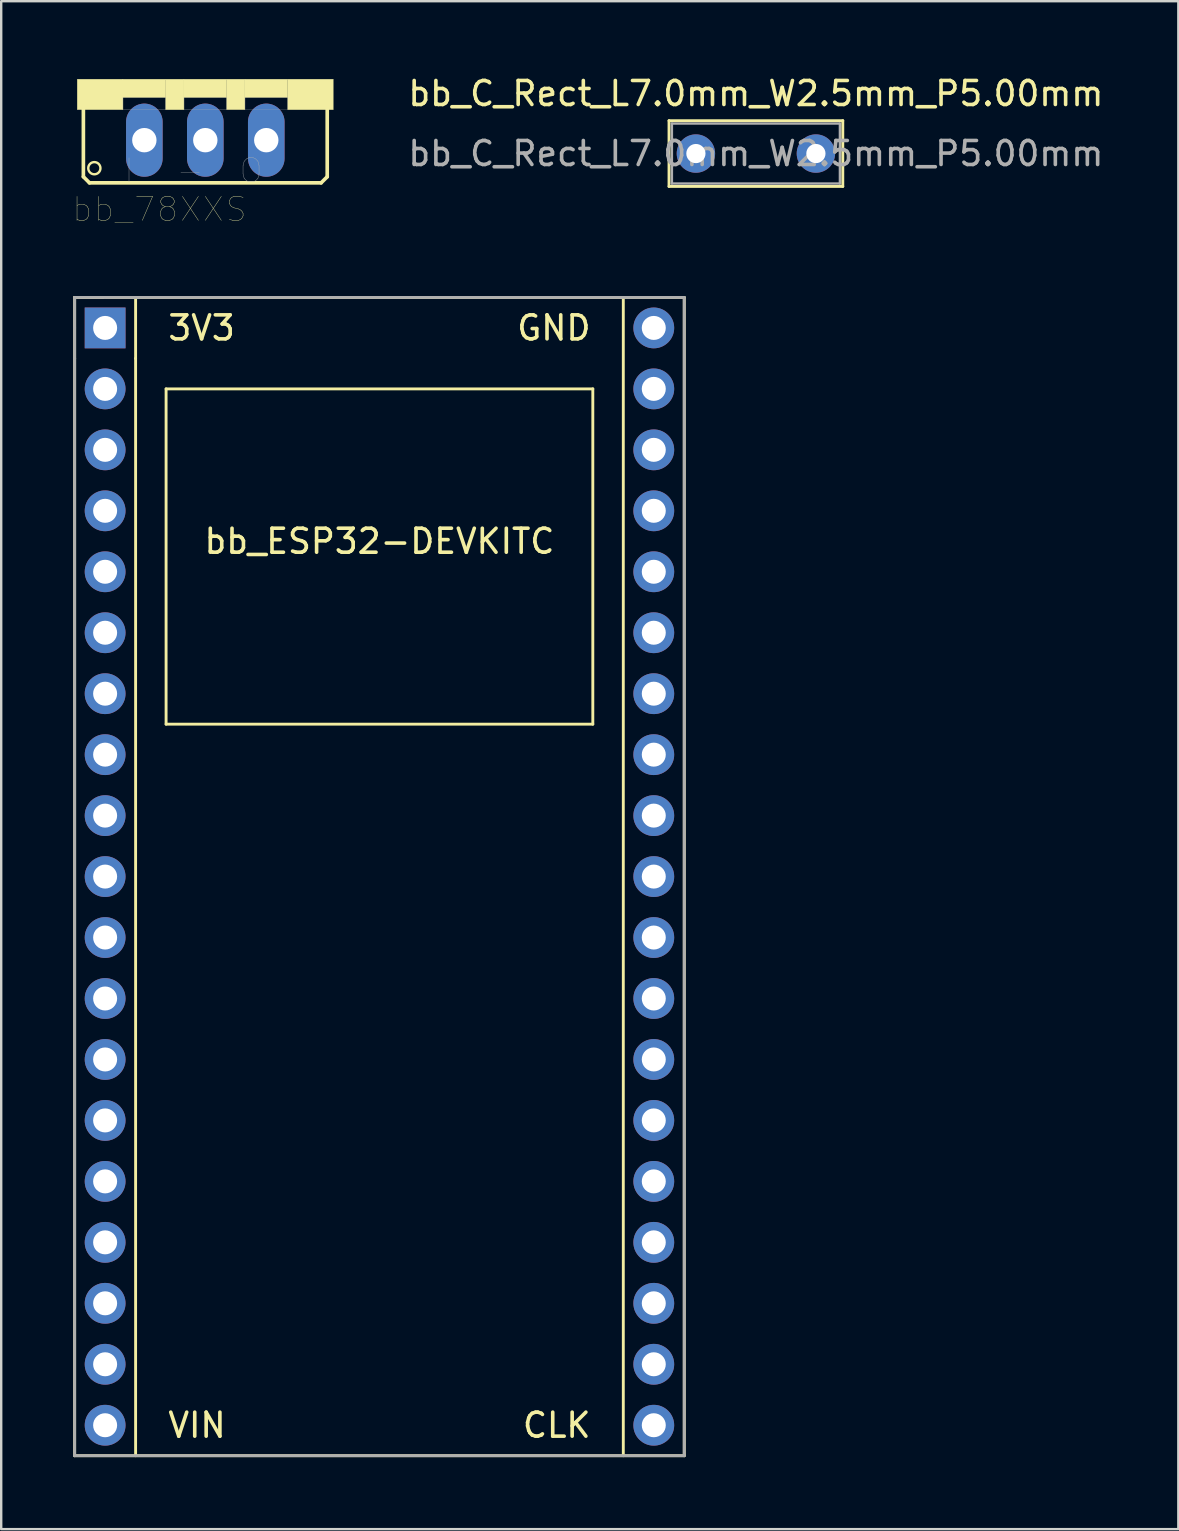
<source format=kicad_pcb>
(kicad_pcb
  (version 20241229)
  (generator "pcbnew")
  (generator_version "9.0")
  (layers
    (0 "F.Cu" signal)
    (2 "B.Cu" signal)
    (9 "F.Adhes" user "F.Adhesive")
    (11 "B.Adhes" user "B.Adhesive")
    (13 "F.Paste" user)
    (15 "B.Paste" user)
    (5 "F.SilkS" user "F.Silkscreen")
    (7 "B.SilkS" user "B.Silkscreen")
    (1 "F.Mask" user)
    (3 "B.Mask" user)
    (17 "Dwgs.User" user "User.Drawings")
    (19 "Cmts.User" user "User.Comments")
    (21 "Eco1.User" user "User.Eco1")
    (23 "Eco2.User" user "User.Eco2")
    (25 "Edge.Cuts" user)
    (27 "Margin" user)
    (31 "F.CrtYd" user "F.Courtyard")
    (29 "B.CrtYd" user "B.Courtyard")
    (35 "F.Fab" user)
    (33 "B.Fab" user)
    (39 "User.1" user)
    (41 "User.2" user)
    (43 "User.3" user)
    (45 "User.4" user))
  (footprint "bb_78XXS"
    (layer "F.Cu")
    (at 5.504 0.25)
    (property "Reference" "bb_78XXS" (at -1.909 5.42 0) (layer "F.SilkS") (effects (font (size 1.002 1.002) (thickness 0.015))))
    (attr through_hole)
    (fp_line (start -5.08 4.064) (end -5.08 1.143) (stroke (width 0.152) (type solid)) (layer "F.SilkS"))
    (fp_line (start -5.08 4.064) (end -4.826 4.318) (stroke (width 0.152) (type solid)) (layer "F.SilkS"))
    (fp_line (start 4.826 4.318) (end -4.826 4.318) (stroke (width 0.152) (type solid)) (layer "F.SilkS"))
    (fp_line (start 4.826 4.318) (end 5.08 4.064) (stroke (width 0.152) (type solid)) (layer "F.SilkS"))
    (fp_line (start 5.08 1.143) (end 5.08 4.064) (stroke (width 0.152) (type solid)) (layer "F.SilkS"))
    (fp_circle (center -4.623 3.708) (end -4.369 3.708) (stroke (width 0.1) (type solid)) (fill no) (layer "F.SilkS"))
    (fp_poly (pts (xy -5.336 0) (xy -3.429 0) (xy -3.429 1.27) (xy -5.336 1.27)) (stroke (width 0.01) (type solid)) (fill yes) (layer "F.SilkS"))
    (fp_poly (pts (xy -3.434 0) (xy -1.651 0) (xy -1.651 0.763) (xy -3.434 0.763)) (stroke (width 0.01) (type solid)) (fill yes) (layer "F.SilkS"))
    (fp_poly (pts (xy -1.654 0) (xy -0.889 0) (xy -0.889 1.272) (xy -1.654 1.272)) (stroke (width 0.01) (type solid)) (fill yes) (layer "F.SilkS"))
    (fp_poly (pts (xy -0.891 0) (xy 0.889 0) (xy 0.889 0.763) (xy -0.891 0.763)) (stroke (width 0.01) (type solid)) (fill yes) (layer "F.SilkS"))
    (fp_poly (pts (xy 0.889 0) (xy 1.651 0) (xy 1.651 1.271) (xy 0.889 1.271)) (stroke (width 0.01) (type solid)) (fill yes) (layer "F.SilkS"))
    (fp_poly (pts (xy 1.654 0) (xy 3.429 0) (xy 3.429 0.763) (xy 1.654 0.763)) (stroke (width 0.01) (type solid)) (fill yes) (layer "F.SilkS"))
    (fp_poly (pts (xy 3.433 0) (xy 5.334 0) (xy 5.334 1.272) (xy 3.433 1.272)) (stroke (width 0.01) (type solid)) (fill yes) (layer "F.SilkS"))
    (fp_poly (pts (xy -3.436 0.762) (xy -1.651 0.762) (xy -1.651 1.273) (xy -3.436 1.273)) (stroke (width 0.01) (type solid)) (fill no) (layer "F.Fab"))
    (fp_poly (pts (xy -0.889 0.762) (xy 0.889 0.762) (xy 0.889 1.27) (xy -0.889 1.27)) (stroke (width 0.01) (type solid)) (fill no) (layer "F.Fab"))
    (fp_poly (pts (xy 1.653 0.762) (xy 3.429 0.762) (xy 3.429 1.271) (xy 1.653 1.271)) (stroke (width 0.01) (type solid)) (fill no) (layer "F.Fab"))
    (fp_text user "I" (at -3.179 3.815 0) (layer "F.Fab") (effects (font (size 1.001 1.001) (thickness 0.015))))
    (fp_text user "-" (at -0.635 3.812 0) (layer "F.Fab") (effects (font (size 1.001 1.001) (thickness 0.015))))
    (fp_text user "O" (at 1.906 3.813 0) (layer "F.Fab") (effects (font (size 1.001 1.001) (thickness 0.015))))
    (pad "1" thru_hole oval (at -2.54 2.54) (size 1.524 3.048) (drill 1.016) (layers "*.Cu" "*.Mask"))
    (pad "2" thru_hole oval (at 0 2.54) (size 1.524 3.048) (drill 1.016) (layers "*.Cu" "*.Mask"))
    (pad "3" thru_hole oval (at 2.54 2.54) (size 1.524 3.048) (drill 1.016) (layers "*.Cu" "*.Mask")))
  (footprint "bb_ESP32-DEVKITC"
    (layer "F.Cu")
    (at 12.76 33.473)
    (property "Reference" "bb_ESP32-DEVKITC" (at 0 -13.97 180) (layer "F.SilkS") (effects (font (size 1 1) (thickness 0.15))))
    (attr through_hole)
    (fp_line (start -12.7 -24.13) (end -12.7 -21.59) (stroke (width 0.12) (type solid)) (layer "F.SilkS"))
    (fp_line (start -12.7 -24.13) (end -11.43 -24.13) (stroke (width 0.12) (type solid)) (layer "F.SilkS"))
    (fp_line (start -12.7 -21.59) (end -12.7 24.13) (stroke (width 0.12) (type solid)) (layer "F.SilkS"))
    (fp_line (start -12.7 24.13) (end 12.7 24.13) (stroke (width 0.12) (type solid)) (layer "F.SilkS"))
    (fp_line (start -10.16 -24.13) (end -12.7 -24.13) (stroke (width 0.12) (type solid)) (layer "F.SilkS"))
    (fp_line (start -10.16 -24.13) (end 12.7 -24.13) (stroke (width 0.12) (type solid)) (layer "F.SilkS"))
    (fp_line (start -10.16 -21.59) (end -10.16 -24.13) (stroke (width 0.12) (type solid)) (layer "F.SilkS"))
    (fp_line (start -10.16 -21.59) (end -10.16 24.13) (stroke (width 0.12) (type solid)) (layer "F.SilkS"))
    (fp_line (start -8.89 -20.32) (end 8.89 -20.32) (stroke (width 0.12) (type solid)) (layer "F.SilkS"))
    (fp_line (start -8.89 -6.35) (end -8.89 -20.32) (stroke (width 0.12) (type solid)) (layer "F.SilkS"))
    (fp_line (start 8.89 -20.32) (end 8.89 -6.35) (stroke (width 0.12) (type solid)) (layer "F.SilkS"))
    (fp_line (start 8.89 -6.35) (end -8.89 -6.35) (stroke (width 0.12) (type solid)) (layer "F.SilkS"))
    (fp_line (start 10.16 -24.13) (end 10.16 24.13) (stroke (width 0.12) (type solid)) (layer "F.SilkS"))
    (fp_line (start 12.7 -24.13) (end 12.7 24.13) (stroke (width 0.12) (type solid)) (layer "F.SilkS"))
    (fp_line (start -12.7 -24.13) (end -12.7 -22.86) (stroke (width 0.12) (type solid)) (layer "F.Fab"))
    (fp_line (start -12.7 -22.86) (end -12.7 -21.59) (stroke (width 0.12) (type solid)) (layer "F.Fab"))
    (fp_line (start -12.7 -21.59) (end -12.7 24.13) (stroke (width 0.12) (type solid)) (layer "F.Fab"))
    (fp_line (start -12.7 24.13) (end 12.7 24.13) (stroke (width 0.12) (type solid)) (layer "F.Fab"))
    (fp_line (start -11.43 -24.13) (end -12.7 -24.13) (stroke (width 0.12) (type solid)) (layer "F.Fab"))
    (fp_line (start -11.43 -24.13) (end -10.16 -24.13) (stroke (width 0.12) (type solid)) (layer "F.Fab"))
    (fp_line (start 12.7 -24.13) (end -10.16 -24.13) (stroke (width 0.12) (type solid)) (layer "F.Fab"))
    (fp_line (start 12.7 24.13) (end 12.7 -24.13) (stroke (width 0.12) (type solid)) (layer "F.Fab"))
    (fp_text user "3V3" (at -8.89 -22.86 0) (layer "F.SilkS") (effects (font (size 1 1) (thickness 0.15)) (justify left)))
    (fp_text user "CLK" (at 8.89 22.86 0) (layer "F.SilkS") (effects (font (size 1 1) (thickness 0.15)) (justify right)))
    (fp_text user "GND" (at 8.89 -22.86 0) (layer "F.SilkS") (effects (font (size 1 1) (thickness 0.15)) (justify right)))
    (fp_text user "VIN" (at -8.89 22.86 0) (layer "F.SilkS") (effects (font (size 1 1) (thickness 0.15)) (justify left)))
    (pad "1" thru_hole oval (at -11.43 22.86) (size 1.7 1.7) (drill 1) (layers "*.Cu" "*.Mask"))
    (pad "2" thru_hole oval (at -11.43 20.32) (size 1.7 1.7) (drill 1) (layers "*.Cu" "*.Mask"))
    (pad "3" thru_hole oval (at -11.43 17.78) (size 1.7 1.7) (drill 1) (layers "*.Cu" "*.Mask"))
    (pad "4" thru_hole oval (at -11.43 15.24) (size 1.7 1.7) (drill 1) (layers "*.Cu" "*.Mask"))
    (pad "5" thru_hole oval (at -11.43 12.7) (size 1.7 1.7) (drill 1) (layers "*.Cu" "*.Mask"))
    (pad "6" thru_hole oval (at -11.43 10.16) (size 1.7 1.7) (drill 1) (layers "*.Cu" "*.Mask"))
    (pad "7" thru_hole oval (at -11.43 7.62) (size 1.7 1.7) (drill 1) (layers "*.Cu" "*.Mask"))
    (pad "8" thru_hole oval (at -11.43 5.08) (size 1.7 1.7) (drill 1) (layers "*.Cu" "*.Mask"))
    (pad "9" thru_hole oval (at -11.43 2.54) (size 1.7 1.7) (drill 1) (layers "*.Cu" "*.Mask"))
    (pad "10" thru_hole oval (at -11.43 0) (size 1.7 1.7) (drill 1) (layers "*.Cu" "*.Mask"))
    (pad "11" thru_hole oval (at -11.43 -2.54) (size 1.7 1.7) (drill 1) (layers "*.Cu" "*.Mask"))
    (pad "12" thru_hole oval (at -11.43 -5.08) (size 1.7 1.7) (drill 1) (layers "*.Cu" "*.Mask"))
    (pad "13" thru_hole oval (at -11.43 -7.62) (size 1.7 1.7) (drill 1) (layers "*.Cu" "*.Mask"))
    (pad "14" thru_hole oval (at -11.43 -10.16) (size 1.7 1.7) (drill 1) (layers "*.Cu" "*.Mask"))
    (pad "15" thru_hole oval (at -11.43 -12.7) (size 1.7 1.7) (drill 1) (layers "*.Cu" "*.Mask"))
    (pad "16" thru_hole oval (at -11.43 -15.24) (size 1.7 1.7) (drill 1) (layers "*.Cu" "*.Mask"))
    (pad "17" thru_hole oval (at -11.43 -17.78) (size 1.7 1.7) (drill 1) (layers "*.Cu" "*.Mask"))
    (pad "18" thru_hole oval (at -11.43 -20.32) (size 1.7 1.7) (drill 1) (layers "*.Cu" "*.Mask"))
    (pad "19" thru_hole rect (at -11.43 -22.86) (size 1.7 1.7) (drill 1) (layers "*.Cu" "*.Mask"))
    (pad "20" thru_hole oval (at 11.43 22.86) (size 1.7 1.7) (drill 1) (layers "*.Cu" "*.Mask"))
    (pad "21" thru_hole oval (at 11.43 20.32) (size 1.7 1.7) (drill 1) (layers "*.Cu" "*.Mask"))
    (pad "22" thru_hole oval (at 11.43 17.78) (size 1.7 1.7) (drill 1) (layers "*.Cu" "*.Mask"))
    (pad "23" thru_hole oval (at 11.43 15.24) (size 1.7 1.7) (drill 1) (layers "*.Cu" "*.Mask"))
    (pad "24" thru_hole oval (at 11.43 12.7) (size 1.7 1.7) (drill 1) (layers "*.Cu" "*.Mask"))
    (pad "25" thru_hole oval (at 11.43 10.16) (size 1.7 1.7) (drill 1) (layers "*.Cu" "*.Mask"))
    (pad "26" thru_hole oval (at 11.43 7.62) (size 1.7 1.7) (drill 1) (layers "*.Cu" "*.Mask"))
    (pad "27" thru_hole oval (at 11.43 5.08) (size 1.7 1.7) (drill 1) (layers "*.Cu" "*.Mask"))
    (pad "28" thru_hole oval (at 11.43 2.54) (size 1.7 1.7) (drill 1) (layers "*.Cu" "*.Mask"))
    (pad "29" thru_hole oval (at 11.43 0) (size 1.7 1.7) (drill 1) (layers "*.Cu" "*.Mask"))
    (pad "30" thru_hole oval (at 11.43 -2.54) (size 1.7 1.7) (drill 1) (layers "*.Cu" "*.Mask"))
    (pad "31" thru_hole oval (at 11.43 -5.08) (size 1.7 1.7) (drill 1) (layers "*.Cu" "*.Mask"))
    (pad "32" thru_hole oval (at 11.43 -7.62) (size 1.7 1.7) (drill 1) (layers "*.Cu" "*.Mask"))
    (pad "33" thru_hole oval (at 11.43 -10.16) (size 1.7 1.7) (drill 1) (layers "*.Cu" "*.Mask"))
    (pad "34" thru_hole oval (at 11.43 -12.7) (size 1.7 1.7) (drill 1) (layers "*.Cu" "*.Mask"))
    (pad "35" thru_hole oval (at 11.43 -15.24) (size 1.7 1.7) (drill 1) (layers "*.Cu" "*.Mask"))
    (pad "36" thru_hole oval (at 11.43 -17.78) (size 1.7 1.7) (drill 1) (layers "*.Cu" "*.Mask"))
    (pad "37" thru_hole oval (at 11.43 -20.32) (size 1.7 1.7) (drill 1) (layers "*.Cu" "*.Mask"))
    (pad "38" thru_hole oval (at 11.43 -22.86) (size 1.7 1.7) (drill 1) (layers "*.Cu" "*.Mask")))
  (footprint "bb_C_Rect_L7.0mm_W2.5mm_P5.00mm"
    (layer "F.Cu")
    (at 25.945 3.348)
    (property "Reference" "bb_C_Rect_L7.0mm_W2.5mm_P5.00mm" (at 2.5 -2.5 0) (layer "F.SilkS") (effects (font (size 1 1) (thickness 0.15))))
    (attr through_hole)
    (fp_line (start -1.12 -1.37) (end -1.12 1.37) (stroke (width 0.12) (type solid)) (layer "F.SilkS"))
    (fp_line (start -1.12 -1.37) (end 6.12 -1.37) (stroke (width 0.12) (type solid)) (layer "F.SilkS"))
    (fp_line (start -1.12 1.37) (end 6.12 1.37) (stroke (width 0.12) (type solid)) (layer "F.SilkS"))
    (fp_line (start 6.12 -1.37) (end 6.12 1.37) (stroke (width 0.12) (type solid)) (layer "F.SilkS"))
    (fp_line (start -1 -1.25) (end -1 1.25) (stroke (width 0.1) (type solid)) (layer "F.Fab"))
    (fp_line (start -1 1.25) (end 6 1.25) (stroke (width 0.1) (type solid)) (layer "F.Fab"))
    (fp_line (start 6 -1.25) (end -1 -1.25) (stroke (width 0.1) (type solid)) (layer "F.Fab"))
    (fp_line (start 6 1.25) (end 6 -1.25) (stroke (width 0.1) (type solid)) (layer "F.Fab"))
    (fp_text user "${REFERENCE}" (at 2.5 0 0) (layer "F.Fab") (effects (font (size 1 1) (thickness 0.15))))
    (pad "1" thru_hole circle (at 0 0) (size 1.6 1.6) (drill 0.8) (layers "*.Cu" "*.Mask"))
    (pad "2" thru_hole circle (at 5 0) (size 1.6 1.6) (drill 0.8) (layers "*.Cu" "*.Mask")))
  (gr_rect
    (start -3 -3)
    (end 46.046 60.663)
    (stroke (width 0.1) (type default))
    (fill no)
    (layer "Edge.Cuts")))
</source>
